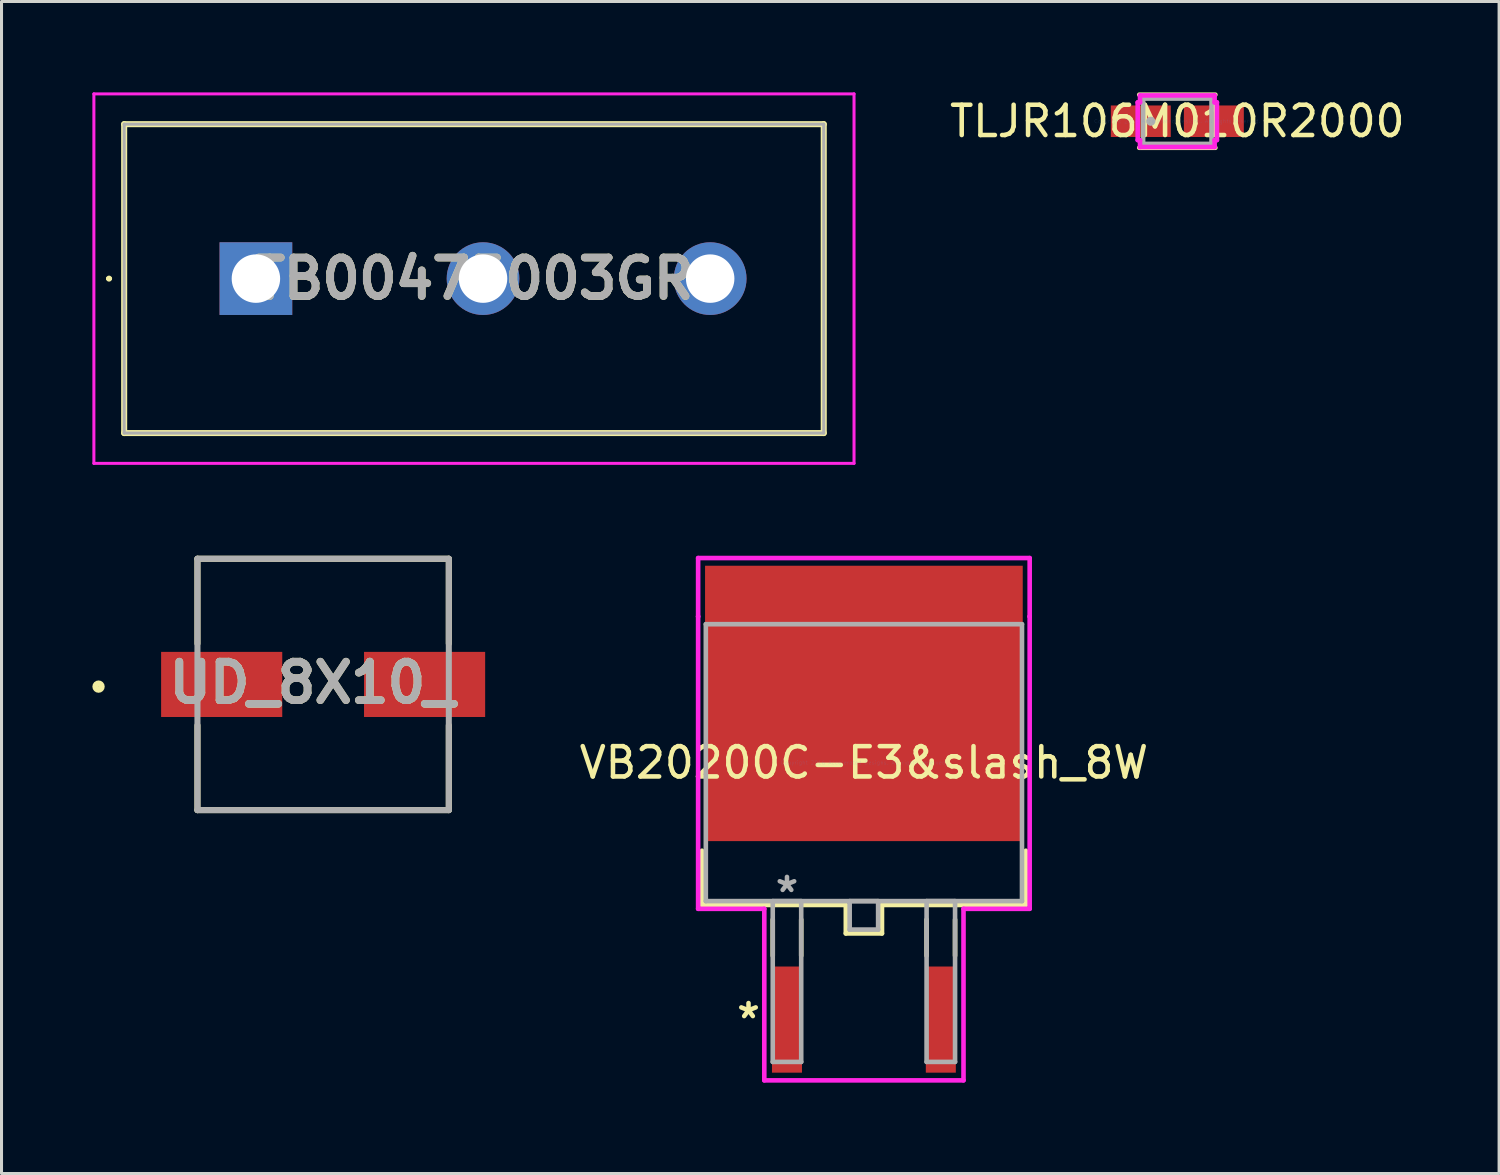
<source format=kicad_pcb>
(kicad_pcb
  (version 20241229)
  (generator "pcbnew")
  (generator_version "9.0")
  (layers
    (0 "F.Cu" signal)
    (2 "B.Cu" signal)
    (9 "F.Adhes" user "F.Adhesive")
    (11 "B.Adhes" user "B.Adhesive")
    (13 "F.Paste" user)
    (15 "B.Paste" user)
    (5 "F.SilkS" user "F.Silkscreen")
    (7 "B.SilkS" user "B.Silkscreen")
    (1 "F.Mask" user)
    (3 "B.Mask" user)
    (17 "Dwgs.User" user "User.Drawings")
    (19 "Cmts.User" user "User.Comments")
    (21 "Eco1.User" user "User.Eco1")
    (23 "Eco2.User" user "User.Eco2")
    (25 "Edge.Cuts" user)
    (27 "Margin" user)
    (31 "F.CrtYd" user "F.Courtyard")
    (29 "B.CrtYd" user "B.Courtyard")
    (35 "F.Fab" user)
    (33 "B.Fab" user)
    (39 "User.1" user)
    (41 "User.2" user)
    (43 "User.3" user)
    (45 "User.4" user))
  (footprint "TB00475003GR"
    (layer "F.Cu")
    (at 5.4 6.15)
    (property "Reference" "TB00475003GR" (at 7.2 0 0) (layer "F.SilkS") (effects (font (size 1.27 1.27) (thickness 0.254))))
    (attr through_hole)
    (fp_line (start -4.9 0) (end -4.9 0) (stroke (width 0.1) (type solid)) (layer "F.SilkS"))
    (fp_line (start -4.8 0) (end -4.8 0) (stroke (width 0.1) (type solid)) (layer "F.SilkS"))
    (fp_line (start -4.35 -5.1) (end 18.75 -5.1) (stroke (width 0.2) (type solid)) (layer "F.SilkS"))
    (fp_line (start -4.35 5.1) (end -4.35 -5.1) (stroke (width 0.2) (type solid)) (layer "F.SilkS"))
    (fp_line (start 18.75 -5.1) (end 18.75 5.1) (stroke (width 0.2) (type solid)) (layer "F.SilkS"))
    (fp_line (start 18.75 5.1) (end -4.35 5.1) (stroke (width 0.2) (type solid)) (layer "F.SilkS"))
    (fp_arc (start -4.9 0) (mid -4.85 -0.05) (end -4.8 0) (stroke (width 0.1) (type solid)) (layer "F.SilkS"))
    (fp_arc (start -4.8 0) (mid -4.85 0.05) (end -4.9 0) (stroke (width 0.1) (type solid)) (layer "F.SilkS"))
    (fp_line (start -5.35 -6.1) (end 19.75 -6.1) (stroke (width 0.1) (type solid)) (layer "F.CrtYd"))
    (fp_line (start -5.35 6.1) (end -5.35 -6.1) (stroke (width 0.1) (type solid)) (layer "F.CrtYd"))
    (fp_line (start 19.75 -6.1) (end 19.75 6.1) (stroke (width 0.1) (type solid)) (layer "F.CrtYd"))
    (fp_line (start 19.75 6.1) (end -5.35 6.1) (stroke (width 0.1) (type solid)) (layer "F.CrtYd"))
    (fp_line (start -4.35 -5.1) (end 18.75 -5.1) (stroke (width 0.1) (type solid)) (layer "F.Fab"))
    (fp_line (start -4.35 5.1) (end -4.35 -5.1) (stroke (width 0.1) (type solid)) (layer "F.Fab"))
    (fp_line (start 18.75 -5.1) (end 18.75 5.1) (stroke (width 0.1) (type solid)) (layer "F.Fab"))
    (fp_line (start 18.75 5.1) (end -4.35 5.1) (stroke (width 0.1) (type solid)) (layer "F.Fab"))
    (fp_text user "${REFERENCE}" (at 7.2 0 0) (layer "F.Fab") (effects (font (size 1.27 1.27) (thickness 0.254))))
    (pad "1" thru_hole rect (at 0 0) (size 2.4 2.4) (drill 1.6) (layers "*.Cu" "*.Mask"))
    (pad "2" thru_hole circle (at 7.5 0) (size 2.4 2.4) (drill 1.6) (layers "*.Cu" "*.Mask"))
    (pad "3" thru_hole circle (at 15 0) (size 2.4 2.4) (drill 1.6) (layers "*.Cu" "*.Mask")))
  (footprint "VB20200C-E3&slash_8W"
    (layer "F.Cu")
    (at 25.476 22.133)
    (property "Reference" "VB20200C-E3&slash_8W" (at 0 0 0) (layer "F.SilkS") (effects (font (size 1 1) (thickness 0.15))))
    (attr through_hole)
    (fp_line (start -5.347 2.908) (end -5.347 4.699) (stroke (width 0.152) (type solid)) (layer "F.SilkS"))
    (fp_line (start -5.347 4.699) (end -0.597 4.699) (stroke (width 0.152) (type solid)) (layer "F.SilkS"))
    (fp_line (start -3.01 5.182) (end -3.01 6.375) (stroke (width 0.152) (type solid)) (layer "F.SilkS"))
    (fp_line (start -2.07 5.182) (end -2.07 6.375) (stroke (width 0.152) (type solid)) (layer "F.SilkS"))
    (fp_line (start -0.597 4.699) (end -0.597 5.639) (stroke (width 0.152) (type solid)) (layer "F.SilkS"))
    (fp_line (start -0.597 5.639) (end 0.597 5.639) (stroke (width 0.152) (type solid)) (layer "F.SilkS"))
    (fp_line (start 0.597 4.699) (end 5.347 4.699) (stroke (width 0.152) (type solid)) (layer "F.SilkS"))
    (fp_line (start 0.597 5.639) (end 0.597 4.699) (stroke (width 0.152) (type solid)) (layer "F.SilkS"))
    (fp_line (start 2.07 5.182) (end 2.07 6.375) (stroke (width 0.152) (type solid)) (layer "F.SilkS"))
    (fp_line (start 3.01 5.182) (end 3.01 6.375) (stroke (width 0.152) (type solid)) (layer "F.SilkS"))
    (fp_line (start 5.347 4.699) (end 5.347 2.908) (stroke (width 0.152) (type solid)) (layer "F.SilkS"))
    (fp_line (start -5.474 -6.756) (end 5.474 -6.756) (stroke (width 0.152) (type solid)) (layer "F.CrtYd"))
    (fp_line (start -5.474 -4.826) (end -5.474 -6.756) (stroke (width 0.152) (type solid)) (layer "F.CrtYd"))
    (fp_line (start -5.474 -4.826) (end -5.474 -4.826) (stroke (width 0.152) (type solid)) (layer "F.CrtYd"))
    (fp_line (start -5.474 4.826) (end -5.474 -4.826) (stroke (width 0.152) (type solid)) (layer "F.CrtYd"))
    (fp_line (start -3.289 4.826) (end -5.474 4.826) (stroke (width 0.152) (type solid)) (layer "F.CrtYd"))
    (fp_line (start -3.289 10.49) (end -3.289 4.826) (stroke (width 0.152) (type solid)) (layer "F.CrtYd"))
    (fp_line (start 3.289 4.826) (end 3.289 10.49) (stroke (width 0.152) (type solid)) (layer "F.CrtYd"))
    (fp_line (start 3.289 10.49) (end -3.289 10.49) (stroke (width 0.152) (type solid)) (layer "F.CrtYd"))
    (fp_line (start 5.474 -6.756) (end 5.474 -4.826) (stroke (width 0.152) (type solid)) (layer "F.CrtYd"))
    (fp_line (start 5.474 -4.826) (end 5.474 -4.826) (stroke (width 0.152) (type solid)) (layer "F.CrtYd"))
    (fp_line (start 5.474 -4.826) (end 5.474 4.826) (stroke (width 0.152) (type solid)) (layer "F.CrtYd"))
    (fp_line (start 5.474 4.826) (end 3.289 4.826) (stroke (width 0.152) (type solid)) (layer "F.CrtYd"))
    (fp_line (start -5.22 -4.572) (end -5.22 4.572) (stroke (width 0.152) (type solid)) (layer "F.Fab"))
    (fp_line (start -5.22 4.572) (end 5.22 4.572) (stroke (width 0.152) (type solid)) (layer "F.Fab"))
    (fp_line (start -3.01 4.572) (end -3.01 9.881) (stroke (width 0.152) (type solid)) (layer "F.Fab"))
    (fp_line (start -3.01 9.881) (end -2.07 9.881) (stroke (width 0.152) (type solid)) (layer "F.Fab"))
    (fp_line (start -2.07 4.572) (end -3.01 4.572) (stroke (width 0.152) (type solid)) (layer "F.Fab"))
    (fp_line (start -2.07 9.881) (end -2.07 4.572) (stroke (width 0.152) (type solid)) (layer "F.Fab"))
    (fp_line (start -0.47 4.572) (end -0.47 5.512) (stroke (width 0.152) (type solid)) (layer "F.Fab"))
    (fp_line (start -0.47 5.512) (end 0.47 5.512) (stroke (width 0.152) (type solid)) (layer "F.Fab"))
    (fp_line (start 0.47 4.572) (end -0.47 4.572) (stroke (width 0.152) (type solid)) (layer "F.Fab"))
    (fp_line (start 0.47 5.512) (end 0.47 4.572) (stroke (width 0.152) (type solid)) (layer "F.Fab"))
    (fp_line (start 2.07 4.572) (end 2.07 9.881) (stroke (width 0.152) (type solid)) (layer "F.Fab"))
    (fp_line (start 2.07 9.881) (end 3.01 9.881) (stroke (width 0.152) (type solid)) (layer "F.Fab"))
    (fp_line (start 3.01 4.572) (end 2.07 4.572) (stroke (width 0.152) (type solid)) (layer "F.Fab"))
    (fp_line (start 3.01 9.881) (end 3.01 4.572) (stroke (width 0.152) (type solid)) (layer "F.Fab"))
    (fp_line (start 5.22 -4.572) (end -5.22 -4.572) (stroke (width 0.152) (type solid)) (layer "F.Fab"))
    (fp_line (start 5.22 4.572) (end 5.22 -4.572) (stroke (width 0.152) (type solid)) (layer "F.Fab"))
    (fp_text user "*" (at -3.81 8.484 0) (layer "F.SilkS") (effects (font (size 1 1) (thickness 0.15))))
    (fp_text user "Copyright 2016 Accelerated Designs. All rights reserved." (at 0 0 0) (layer "Cmts.User") (effects (font (size 0.127 0.127) (thickness 0.002))))
    (fp_text user "*" (at -2.54 4.318 0) (layer "F.Fab") (effects (font (size 1 1) (thickness 0.15))))
    (pad "1" smd rect (at -2.54 8.484) (size 0.991 3.505) (layers "F.Cu" "F.Mask" "F.Paste"))
    (pad "2" smd rect (at 2.54 8.484) (size 0.991 3.505) (layers "F.Cu" "F.Mask" "F.Paste"))
    (pad "3" smd rect (at 0 -1.956) (size 10.49 9.093) (layers "F.Cu" "F.Mask" "F.Paste")))
  (footprint "TLJR106M010R2000"
    (layer "F.Cu")
    (at 35.825 0.953)
    (property "Reference" "TLJR106M010R2000" (at 0 0 0) (layer "F.SilkS") (effects (font (size 1 1) (thickness 0.15))))
    (attr through_hole)
    (fp_line (start -1.257 0.876) (end 1.257 0.876) (stroke (width 0.152) (type solid)) (layer "F.SilkS"))
    (fp_line (start 1.257 -0.876) (end -1.257 -0.876) (stroke (width 0.152) (type solid)) (layer "F.SilkS"))
    (fp_line (start -1.308 -0.622) (end -1.232 -0.622) (stroke (width 0.152) (type solid)) (layer "F.CrtYd"))
    (fp_line (start -1.308 0.622) (end -1.308 -0.622) (stroke (width 0.152) (type solid)) (layer "F.CrtYd"))
    (fp_line (start -1.232 -0.851) (end 1.232 -0.851) (stroke (width 0.152) (type solid)) (layer "F.CrtYd"))
    (fp_line (start -1.232 -0.622) (end -1.232 -0.851) (stroke (width 0.152) (type solid)) (layer "F.CrtYd"))
    (fp_line (start -1.232 0.622) (end -1.308 0.622) (stroke (width 0.152) (type solid)) (layer "F.CrtYd"))
    (fp_line (start -1.232 0.851) (end -1.232 0.622) (stroke (width 0.152) (type solid)) (layer "F.CrtYd"))
    (fp_line (start 1.232 -0.851) (end 1.232 -0.622) (stroke (width 0.152) (type solid)) (layer "F.CrtYd"))
    (fp_line (start 1.232 -0.622) (end 1.308 -0.622) (stroke (width 0.152) (type solid)) (layer "F.CrtYd"))
    (fp_line (start 1.232 0.622) (end 1.232 0.851) (stroke (width 0.152) (type solid)) (layer "F.CrtYd"))
    (fp_line (start 1.232 0.851) (end -1.232 0.851) (stroke (width 0.152) (type solid)) (layer "F.CrtYd"))
    (fp_line (start 1.308 -0.622) (end 1.308 0.622) (stroke (width 0.152) (type solid)) (layer "F.CrtYd"))
    (fp_line (start 1.308 0.622) (end 1.232 0.622) (stroke (width 0.152) (type solid)) (layer "F.CrtYd"))
    (fp_line (start -1.13 -0.749) (end -1.13 0.749) (stroke (width 0.152) (type solid)) (layer "F.Fab"))
    (fp_line (start -1.13 0.749) (end 1.13 0.749) (stroke (width 0.152) (type solid)) (layer "F.Fab"))
    (fp_line (start 1.13 -0.749) (end -1.13 -0.749) (stroke (width 0.152) (type solid)) (layer "F.Fab"))
    (fp_line (start 1.13 0.749) (end 1.13 -0.749) (stroke (width 0.152) (type solid)) (layer "F.Fab"))
    (fp_circle (center -0.876 0) (end -0.876 0) (stroke (width 0.152) (type solid)) (fill no) (layer "F.Fab"))
    (fp_text user "Copyright 2016 Accelerated Designs. All rights reserved." (at 0 0 0) (layer "Cmts.User") (effects (font (size 0.127 0.127) (thickness 0.002))))
    (pad "1" smd rect (at -1.206 0 90) (size 1.041 1.98) (layers "F.Cu" "F.Mask" "F.Paste"))
    (pad "2" smd rect (at 1.206 0 90) (size 1.041 1.98) (layers "F.Cu" "F.Mask" "F.Paste")))
  (footprint "UD_8X10_"
    (layer "F.Cu")
    (at 7.62 19.55)
    (property "Reference" "UD_8X10_" (at -0.364 -0.055 0) (layer "F.SilkS") (effects (font (size 1.27 1.27) (thickness 0.254))))
    (attr smd)
    (fp_line (start -4.15 -4.15) (end -4.15 -1.35) (stroke (width 0.2) (type solid)) (layer "F.SilkS"))
    (fp_line (start -4.15 -4.15) (end 4.15 -4.15) (stroke (width 0.2) (type solid)) (layer "F.SilkS"))
    (fp_line (start -4.15 4.15) (end -4.15 1.35) (stroke (width 0.2) (type solid)) (layer "F.SilkS"))
    (fp_line (start 4.15 -4.15) (end 4.15 -1.35) (stroke (width 0.2) (type solid)) (layer "F.SilkS"))
    (fp_line (start 4.15 4.15) (end -4.15 4.15) (stroke (width 0.2) (type solid)) (layer "F.SilkS"))
    (fp_line (start 4.15 4.15) (end 4.15 1.35) (stroke (width 0.2) (type solid)) (layer "F.SilkS"))
    (fp_circle (center -7.416 0.072) (end -7.416 0.176) (stroke (width 0.2) (type solid)) (fill no) (layer "F.SilkS"))
    (fp_line (start -4.15 -4.15) (end 4.15 -4.15) (stroke (width 0.2) (type solid)) (layer "F.Fab"))
    (fp_line (start -4.15 4.15) (end -4.15 -4.15) (stroke (width 0.2) (type solid)) (layer "F.Fab"))
    (fp_line (start 4.15 -4.15) (end 4.15 4.15) (stroke (width 0.2) (type solid)) (layer "F.Fab"))
    (fp_line (start 4.15 4.15) (end -4.15 4.15) (stroke (width 0.2) (type solid)) (layer "F.Fab"))
    (fp_text user "${REFERENCE}" (at -0.364 -0.055 0) (layer "F.Fab") (effects (font (size 1.27 1.27) (thickness 0.254))))
    (pad "1" smd rect (at -3.35 0 90) (size 2.15 4) (layers "F.Cu" "F.Mask" "F.Paste"))
    (pad "2" smd rect (at 3.35 0 90) (size 2.15 4) (layers "F.Cu" "F.Mask" "F.Paste")))
  (gr_rect
    (start -3 -3)
    (end 46.45 35.699)
    (stroke (width 0.1) (type default))
    (fill no)
    (layer "Edge.Cuts")))
</source>
